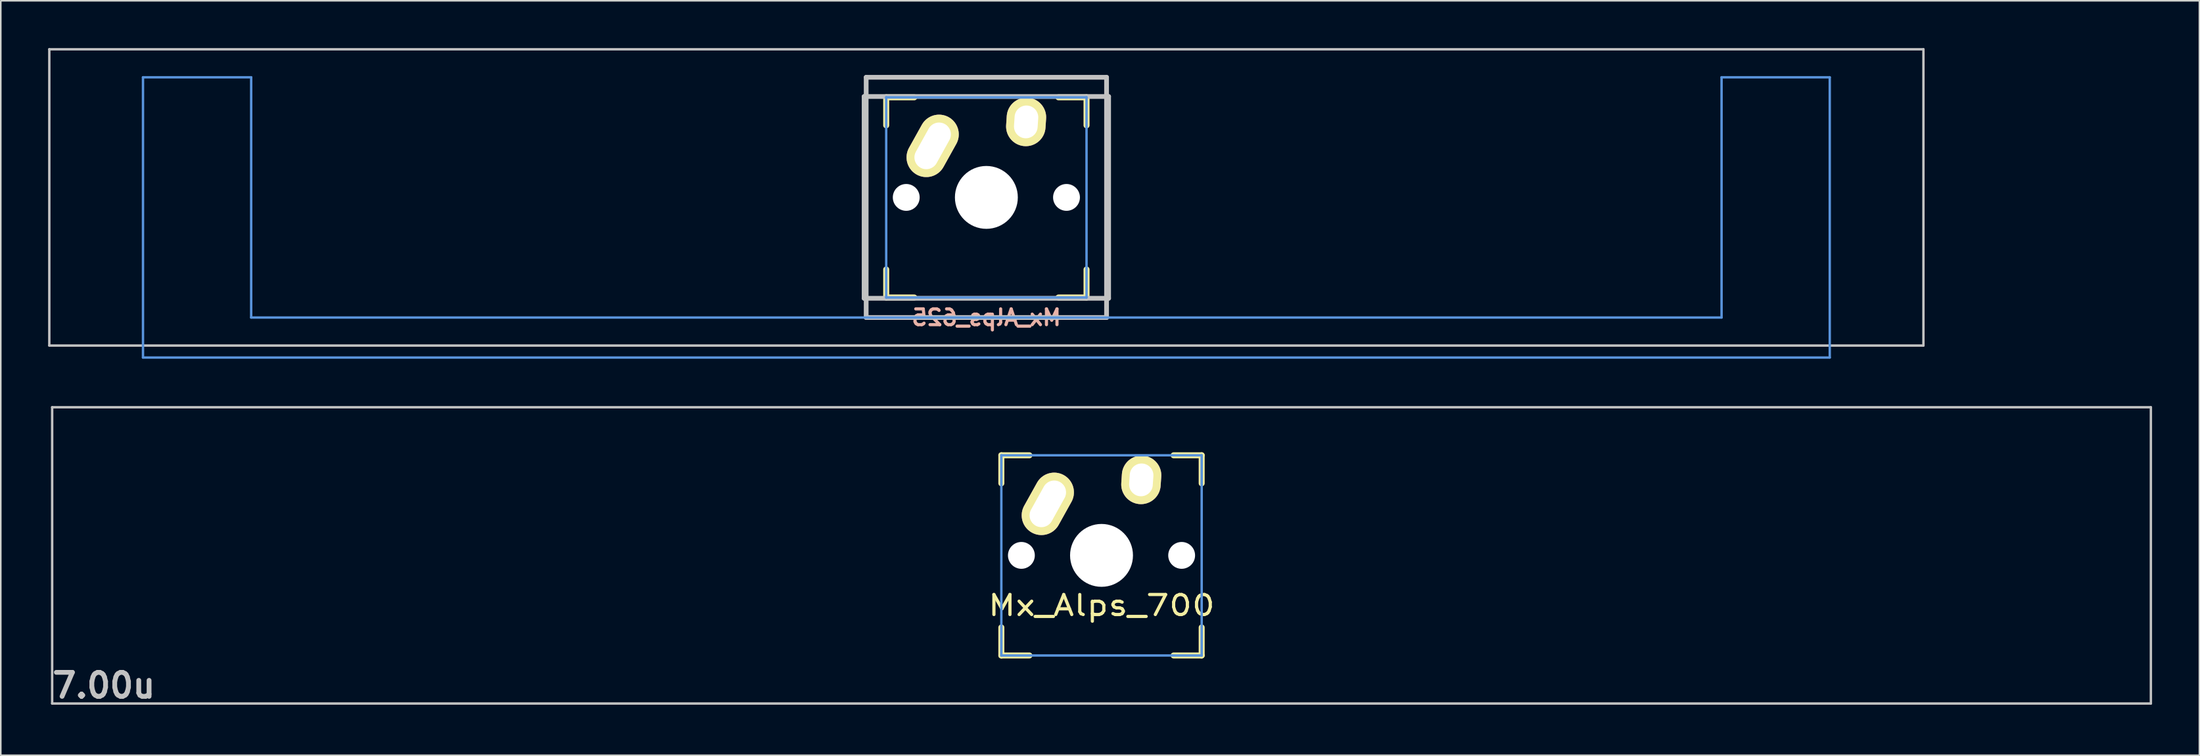
<source format=kicad_pcb>
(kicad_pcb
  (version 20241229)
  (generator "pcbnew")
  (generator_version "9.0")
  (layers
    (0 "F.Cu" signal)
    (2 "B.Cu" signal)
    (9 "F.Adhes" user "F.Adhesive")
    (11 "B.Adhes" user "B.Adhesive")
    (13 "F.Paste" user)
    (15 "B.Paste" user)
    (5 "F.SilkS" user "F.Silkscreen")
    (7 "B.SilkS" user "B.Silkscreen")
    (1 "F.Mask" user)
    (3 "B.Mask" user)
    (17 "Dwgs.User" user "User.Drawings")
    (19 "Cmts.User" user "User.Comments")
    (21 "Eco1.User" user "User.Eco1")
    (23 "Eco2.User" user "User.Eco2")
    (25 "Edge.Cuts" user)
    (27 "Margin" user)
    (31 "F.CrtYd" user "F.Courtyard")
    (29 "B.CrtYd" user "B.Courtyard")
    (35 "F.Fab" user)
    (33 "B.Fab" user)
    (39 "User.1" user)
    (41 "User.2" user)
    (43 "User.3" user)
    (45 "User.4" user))
  (footprint "Mx_Alps_625"
    (layer "F.Cu")
    (at 59.482 9.474)
    (property "Reference" "Mx_Alps_625" (at 0 7.62 0) (layer "B.SilkS") (effects (font (size 1 1) (thickness 0.2)) (justify mirror)))
    (attr through_hole)
    (fp_line (start -6.35 -6.35) (end -4.572 -6.35) (stroke (width 0.381) (type solid)) (layer "F.SilkS"))
    (fp_line (start -6.35 -4.572) (end -6.35 -6.35) (stroke (width 0.381) (type solid)) (layer "F.SilkS"))
    (fp_line (start -6.35 6.35) (end -6.35 4.572) (stroke (width 0.381) (type solid)) (layer "F.SilkS"))
    (fp_line (start -4.572 6.35) (end -6.35 6.35) (stroke (width 0.381) (type solid)) (layer "F.SilkS"))
    (fp_line (start 4.572 -6.35) (end 6.35 -6.35) (stroke (width 0.381) (type solid)) (layer "F.SilkS"))
    (fp_line (start 6.35 -6.35) (end 6.35 -4.572) (stroke (width 0.381) (type solid)) (layer "F.SilkS"))
    (fp_line (start 6.35 4.572) (end 6.35 6.35) (stroke (width 0.381) (type solid)) (layer "F.SilkS"))
    (fp_line (start 6.35 6.35) (end 4.572 6.35) (stroke (width 0.381) (type solid)) (layer "F.SilkS"))
    (fp_line (start -59.406 -9.398) (end 59.406 -9.398) (stroke (width 0.152) (type solid)) (layer "Dwgs.User"))
    (fp_line (start -59.406 9.398) (end -59.406 -9.398) (stroke (width 0.152) (type solid)) (layer "Dwgs.User"))
    (fp_line (start -7.75 6.4) (end -7.75 -6.4) (stroke (width 0.3) (type solid)) (layer "Dwgs.User"))
    (fp_line (start -7.75 6.4) (end 7.75 6.4) (stroke (width 0.3) (type solid)) (layer "Dwgs.User"))
    (fp_line (start -7.62 -7.62) (end 7.62 -7.62) (stroke (width 0.3) (type solid)) (layer "Dwgs.User"))
    (fp_line (start -7.62 7.62) (end -7.62 -7.62) (stroke (width 0.3) (type solid)) (layer "Dwgs.User"))
    (fp_line (start 7.62 -7.62) (end 7.62 7.62) (stroke (width 0.3) (type solid)) (layer "Dwgs.User"))
    (fp_line (start 7.62 7.62) (end -7.62 7.62) (stroke (width 0.3) (type solid)) (layer "Dwgs.User"))
    (fp_line (start 7.75 -6.4) (end -7.75 -6.4) (stroke (width 0.3) (type solid)) (layer "Dwgs.User"))
    (fp_line (start 7.75 6.4) (end 7.75 -6.4) (stroke (width 0.3) (type solid)) (layer "Dwgs.User"))
    (fp_line (start 59.406 -9.398) (end 59.406 9.398) (stroke (width 0.152) (type solid)) (layer "Dwgs.User"))
    (fp_line (start 59.406 9.398) (end -59.406 9.398) (stroke (width 0.152) (type solid)) (layer "Dwgs.User"))
    (fp_line (start -53.467 -7.62) (end -53.467 10.16) (stroke (width 0.152) (type solid)) (layer "Cmts.User"))
    (fp_line (start -53.467 10.16) (end 53.467 10.16) (stroke (width 0.152) (type solid)) (layer "Cmts.User"))
    (fp_line (start -46.609 -7.62) (end -53.467 -7.62) (stroke (width 0.152) (type solid)) (layer "Cmts.User"))
    (fp_line (start -46.609 7.62) (end -46.609 -7.62) (stroke (width 0.152) (type solid)) (layer "Cmts.User"))
    (fp_line (start -6.35 -6.35) (end 6.35 -6.35) (stroke (width 0.152) (type solid)) (layer "Cmts.User"))
    (fp_line (start -6.35 6.35) (end -6.35 -6.35) (stroke (width 0.152) (type solid)) (layer "Cmts.User"))
    (fp_line (start 6.35 -6.35) (end 6.35 6.35) (stroke (width 0.152) (type solid)) (layer "Cmts.User"))
    (fp_line (start 6.35 6.35) (end -6.35 6.35) (stroke (width 0.152) (type solid)) (layer "Cmts.User"))
    (fp_line (start 46.609 -7.62) (end 46.609 7.62) (stroke (width 0.152) (type solid)) (layer "Cmts.User"))
    (fp_line (start 46.609 7.62) (end -46.609 7.62) (stroke (width 0.152) (type solid)) (layer "Cmts.User"))
    (fp_line (start 53.467 -7.62) (end 46.609 -7.62) (stroke (width 0.152) (type solid)) (layer "Cmts.User"))
    (fp_line (start 53.467 10.16) (end 53.467 -7.62) (stroke (width 0.152) (type solid)) (layer "Cmts.User"))
    (fp_line (start -54.229 -2.286) (end -53.365 -2.286) (stroke (width 0.152) (type solid)) (layer "Eco2.User"))
    (fp_line (start -54.229 0.508) (end -54.229 -2.286) (stroke (width 0.152) (type solid)) (layer "Eco2.User"))
    (fp_line (start -53.365 -5.69) (end -46.711 -5.69) (stroke (width 0.152) (type solid)) (layer "Eco2.User"))
    (fp_line (start -53.365 -2.286) (end -53.365 -5.69) (stroke (width 0.152) (type solid)) (layer "Eco2.User"))
    (fp_line (start -53.365 0.508) (end -54.229 0.508) (stroke (width 0.152) (type solid)) (layer "Eco2.User"))
    (fp_line (start -53.365 6.604) (end -53.365 0.508) (stroke (width 0.152) (type solid)) (layer "Eco2.User"))
    (fp_line (start -52.324 6.604) (end -53.365 6.604) (stroke (width 0.152) (type solid)) (layer "Eco2.User"))
    (fp_line (start -52.324 7.772) (end -52.324 6.604) (stroke (width 0.152) (type solid)) (layer "Eco2.User"))
    (fp_line (start -47.752 6.604) (end -47.752 7.772) (stroke (width 0.152) (type solid)) (layer "Eco2.User"))
    (fp_line (start -47.752 7.772) (end -52.324 7.772) (stroke (width 0.152) (type solid)) (layer "Eco2.User"))
    (fp_line (start -46.711 -5.69) (end -46.711 -2.286) (stroke (width 0.152) (type solid)) (layer "Eco2.User"))
    (fp_line (start -46.711 -2.286) (end -6.985 -2.286) (stroke (width 0.152) (type solid)) (layer "Eco2.User"))
    (fp_line (start -46.711 2.286) (end -46.711 6.604) (stroke (width 0.152) (type solid)) (layer "Eco2.User"))
    (fp_line (start -46.711 6.604) (end -47.752 6.604) (stroke (width 0.152) (type solid)) (layer "Eco2.User"))
    (fp_line (start -6.985 -6.985) (end 6.985 -6.985) (stroke (width 0.152) (type solid)) (layer "Eco2.User"))
    (fp_line (start -6.985 -2.286) (end -6.985 -6.985) (stroke (width 0.152) (type solid)) (layer "Eco2.User"))
    (fp_line (start -6.985 2.286) (end -46.711 2.286) (stroke (width 0.152) (type solid)) (layer "Eco2.User"))
    (fp_line (start -6.985 6.985) (end -6.985 2.286) (stroke (width 0.152) (type solid)) (layer "Eco2.User"))
    (fp_line (start 6.985 -6.985) (end 6.985 -2.286) (stroke (width 0.152) (type solid)) (layer "Eco2.User"))
    (fp_line (start 6.985 -2.286) (end 46.711 -2.286) (stroke (width 0.152) (type solid)) (layer "Eco2.User"))
    (fp_line (start 6.985 2.286) (end 6.985 6.985) (stroke (width 0.152) (type solid)) (layer "Eco2.User"))
    (fp_line (start 6.985 6.985) (end -6.985 6.985) (stroke (width 0.152) (type solid)) (layer "Eco2.User"))
    (fp_line (start 46.711 -5.69) (end 53.365 -5.69) (stroke (width 0.152) (type solid)) (layer "Eco2.User"))
    (fp_line (start 46.711 -2.286) (end 46.711 -5.69) (stroke (width 0.152) (type solid)) (layer "Eco2.User"))
    (fp_line (start 46.711 2.286) (end 6.985 2.286) (stroke (width 0.152) (type solid)) (layer "Eco2.User"))
    (fp_line (start 46.711 6.604) (end 46.711 2.286) (stroke (width 0.152) (type solid)) (layer "Eco2.User"))
    (fp_line (start 47.752 6.604) (end 46.711 6.604) (stroke (width 0.152) (type solid)) (layer "Eco2.User"))
    (fp_line (start 47.752 7.772) (end 47.752 6.604) (stroke (width 0.152) (type solid)) (layer "Eco2.User"))
    (fp_line (start 52.324 6.604) (end 52.324 7.772) (stroke (width 0.152) (type solid)) (layer "Eco2.User"))
    (fp_line (start 52.324 7.772) (end 47.752 7.772) (stroke (width 0.152) (type solid)) (layer "Eco2.User"))
    (fp_line (start 53.365 -5.69) (end 53.365 -2.286) (stroke (width 0.152) (type solid)) (layer "Eco2.User"))
    (fp_line (start 53.365 -2.286) (end 54.229 -2.286) (stroke (width 0.152) (type solid)) (layer "Eco2.User"))
    (fp_line (start 53.365 0.508) (end 53.365 6.604) (stroke (width 0.152) (type solid)) (layer "Eco2.User"))
    (fp_line (start 53.365 6.604) (end 52.324 6.604) (stroke (width 0.152) (type solid)) (layer "Eco2.User"))
    (fp_line (start 54.229 -2.286) (end 54.229 0.508) (stroke (width 0.152) (type solid)) (layer "Eco2.User"))
    (fp_line (start 54.229 0.508) (end 53.365 0.508) (stroke (width 0.152) (type solid)) (layer "Eco2.User"))
    (pad "" np_thru_hole circle (at -5.08 0) (size 1.702 1.702) (drill 1.702) (layers "*.Cu"))
    (pad "" np_thru_hole circle (at 0 0) (size 3.988 3.988) (drill 3.988) (layers "*.Cu"))
    (pad "" np_thru_hole circle (at 5.08 0) (size 1.702 1.702) (drill 1.702) (layers "*.Cu"))
    (pad "1" thru_hole oval (at -3.405 -3.27 330.95) (size 2.5 4.17) (drill oval 1.5 3.17) (layers "*.Cu" "*.Mask" "F.SilkS"))
    (pad "2" thru_hole oval (at 2.52 -4.79 356.1) (size 2.5 3.08) (drill oval 1.5 2.08) (layers "*.Cu" "*.Mask" "F.SilkS")))
  (footprint "Mx_Alps_700"
    (layer "F.Cu")
    (at 66.782 32.185)
    (property "Reference" "Mx_Alps_700" (at 0 3.175 0) (layer "F.SilkS") (effects (font (size 1.27 1.524) (thickness 0.203))))
    (attr through_hole)
    (fp_line (start -6.35 -6.35) (end -4.572 -6.35) (stroke (width 0.381) (type solid)) (layer "F.SilkS"))
    (fp_line (start -6.35 -4.572) (end -6.35 -6.35) (stroke (width 0.381) (type solid)) (layer "F.SilkS"))
    (fp_line (start -6.35 6.35) (end -6.35 4.572) (stroke (width 0.381) (type solid)) (layer "F.SilkS"))
    (fp_line (start -4.572 6.35) (end -6.35 6.35) (stroke (width 0.381) (type solid)) (layer "F.SilkS"))
    (fp_line (start 4.572 -6.35) (end 6.35 -6.35) (stroke (width 0.381) (type solid)) (layer "F.SilkS"))
    (fp_line (start 6.35 -6.35) (end 6.35 -4.572) (stroke (width 0.381) (type solid)) (layer "F.SilkS"))
    (fp_line (start 6.35 4.572) (end 6.35 6.35) (stroke (width 0.381) (type solid)) (layer "F.SilkS"))
    (fp_line (start 6.35 6.35) (end 4.572 6.35) (stroke (width 0.381) (type solid)) (layer "F.SilkS"))
    (fp_line (start -66.525 -9.398) (end 66.525 -9.398) (stroke (width 0.152) (type solid)) (layer "Dwgs.User"))
    (fp_line (start -66.525 9.398) (end -66.525 -9.398) (stroke (width 0.152) (type solid)) (layer "Dwgs.User"))
    (fp_line (start 66.525 -9.398) (end 66.525 9.398) (stroke (width 0.152) (type solid)) (layer "Dwgs.User"))
    (fp_line (start 66.525 9.398) (end -66.525 9.398) (stroke (width 0.152) (type solid)) (layer "Dwgs.User"))
    (fp_line (start -6.35 -6.35) (end 6.35 -6.35) (stroke (width 0.152) (type solid)) (layer "Cmts.User"))
    (fp_line (start -6.35 6.35) (end -6.35 -6.35) (stroke (width 0.152) (type solid)) (layer "Cmts.User"))
    (fp_line (start 6.35 -6.35) (end 6.35 6.35) (stroke (width 0.152) (type solid)) (layer "Cmts.User"))
    (fp_line (start 6.35 6.35) (end -6.35 6.35) (stroke (width 0.152) (type solid)) (layer "Cmts.User"))
    (fp_line (start -6.985 -6.985) (end -6.985 6.985) (stroke (width 0.152) (type solid)) (layer "Eco2.User"))
    (fp_line (start -6.985 -6.985) (end 6.985 -6.985) (stroke (width 0.152) (type solid)) (layer "Eco2.User"))
    (fp_line (start 6.985 -6.985) (end 6.985 6.985) (stroke (width 0.152) (type solid)) (layer "Eco2.User"))
    (fp_line (start 6.985 6.985) (end -6.985 6.985) (stroke (width 0.152) (type solid)) (layer "Eco2.User"))
    (fp_text user "7.00u" (at -63.248 8.255 0) (layer "Dwgs.User") (effects (font (size 1.524 1.524) (thickness 0.305))))
    (pad "" np_thru_hole circle (at -5.08 0) (size 1.702 1.702) (drill 1.702) (layers "*.Cu"))
    (pad "" np_thru_hole circle (at 0 0) (size 3.988 3.988) (drill 3.988) (layers "*.Cu"))
    (pad "" np_thru_hole circle (at 5.08 0) (size 1.702 1.702) (drill 1.702) (layers "*.Cu"))
    (pad "1" thru_hole oval (at -3.405 -3.27 330.95) (size 2.5 4.17) (drill oval 1.5 3.17) (layers "*.Cu" "*.Mask" "F.SilkS"))
    (pad "2" thru_hole oval (at 2.52 -4.79 356.1) (size 2.5 3.08) (drill oval 1.5 2.08) (layers "*.Cu" "*.Mask" "F.SilkS")))
  (gr_rect
    (start -3 -3)
    (end 136.383 44.866)
    (stroke (width 0.1) (type default))
    (fill no)
    (layer "Edge.Cuts")))
</source>
